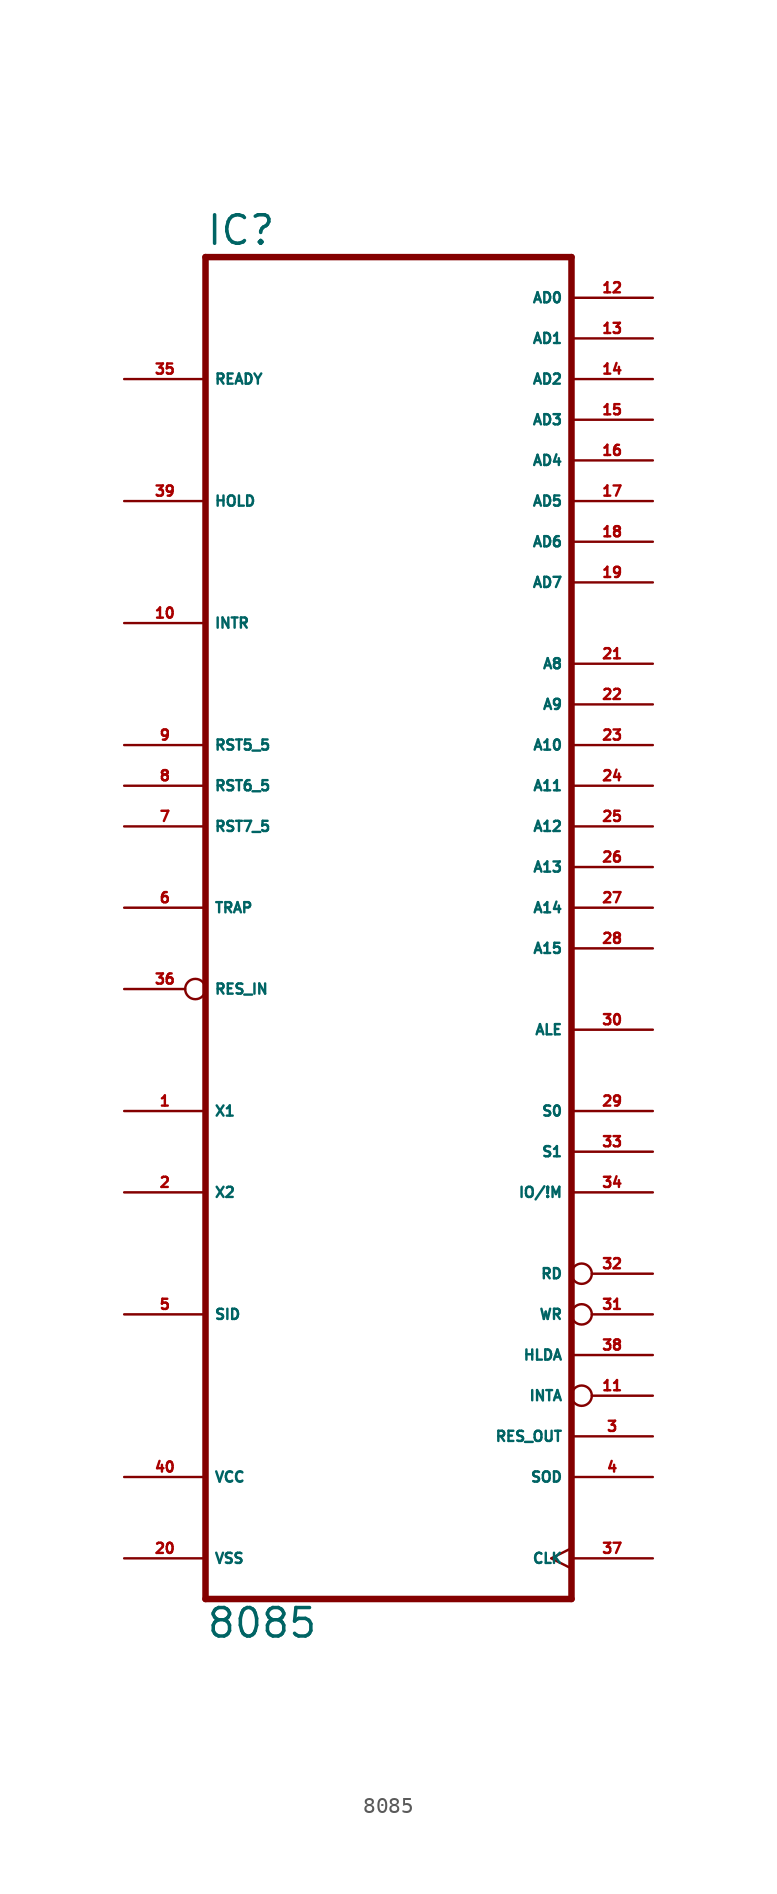
<source format=kicad_sym>
(kicad_symbol_lib
  (version 20220914)
  (generator Eagle2Kicad)
  (symbol "8085"
    (property "Reference" "IC"
      (at -12.7 41.275 0)
      (effects (font (size 1.778 1.778) (thickness 0.22)) (justify left bottom)))
    (property "Value" "8085"
      (at -12.7 -45.72 0)
      (effects (font (size 1.778 1.778) (thickness 0.22)) (justify left bottom)))
    (polyline
      (pts (xy -12.7 -43.18) (xy 10.16 -43.18))
      (stroke (width 0.406) (type default))
      (fill (type none)))
    (polyline
      (pts (xy 10.16 40.64) (xy 10.16 -43.18))
      (stroke (width 0.406) (type default))
      (fill (type none)))
    (polyline
      (pts (xy 10.16 40.64) (xy -12.7 40.64))
      (stroke (width 0.406) (type default))
      (fill (type none)))
    (polyline
      (pts (xy -12.7 -43.18) (xy -12.7 40.64))
      (stroke (width 0.406) (type default))
      (fill (type none)))
    (pin bidirectional line
      (at 15.24 38.1 180)
      (length 5.08)
      (name "AD0" (effects (font (size 0.635 0.635) (thickness 0.08)) (justify left bottom)))
      (number "12" (effects (font (size 0.635 0.635) (thickness 0.08)) (justify left bottom))))
    (pin bidirectional line
      (at 15.24 35.56 180)
      (length 5.08)
      (name "AD1" (effects (font (size 0.635 0.635) (thickness 0.08)) (justify left bottom)))
      (number "13" (effects (font (size 0.635 0.635) (thickness 0.08)) (justify left bottom))))
    (pin bidirectional line
      (at 15.24 33.02 180)
      (length 5.08)
      (name "AD2" (effects (font (size 0.635 0.635) (thickness 0.08)) (justify left bottom)))
      (number "14" (effects (font (size 0.635 0.635) (thickness 0.08)) (justify left bottom))))
    (pin bidirectional line
      (at 15.24 30.48 180)
      (length 5.08)
      (name "AD3" (effects (font (size 0.635 0.635) (thickness 0.08)) (justify left bottom)))
      (number "15" (effects (font (size 0.635 0.635) (thickness 0.08)) (justify left bottom))))
    (pin bidirectional line
      (at 15.24 27.94 180)
      (length 5.08)
      (name "AD4" (effects (font (size 0.635 0.635) (thickness 0.08)) (justify left bottom)))
      (number "16" (effects (font (size 0.635 0.635) (thickness 0.08)) (justify left bottom))))
    (pin bidirectional line
      (at 15.24 25.4 180)
      (length 5.08)
      (name "AD5" (effects (font (size 0.635 0.635) (thickness 0.08)) (justify left bottom)))
      (number "17" (effects (font (size 0.635 0.635) (thickness 0.08)) (justify left bottom))))
    (pin bidirectional line
      (at 15.24 22.86 180)
      (length 5.08)
      (name "AD6" (effects (font (size 0.635 0.635) (thickness 0.08)) (justify left bottom)))
      (number "18" (effects (font (size 0.635 0.635) (thickness 0.08)) (justify left bottom))))
    (pin bidirectional line
      (at 15.24 20.32 180)
      (length 5.08)
      (name "AD7" (effects (font (size 0.635 0.635) (thickness 0.08)) (justify left bottom)))
      (number "19" (effects (font (size 0.635 0.635) (thickness 0.08)) (justify left bottom))))
    (pin output line
      (at 15.24 15.24 180)
      (length 5.08)
      (name "A8" (effects (font (size 0.635 0.635) (thickness 0.08)) (justify left bottom)))
      (number "21" (effects (font (size 0.635 0.635) (thickness 0.08)) (justify left bottom))))
    (pin output line
      (at 15.24 12.7 180)
      (length 5.08)
      (name "A9" (effects (font (size 0.635 0.635) (thickness 0.08)) (justify left bottom)))
      (number "22" (effects (font (size 0.635 0.635) (thickness 0.08)) (justify left bottom))))
    (pin output line
      (at 15.24 10.16 180)
      (length 5.08)
      (name "A10" (effects (font (size 0.635 0.635) (thickness 0.08)) (justify left bottom)))
      (number "23" (effects (font (size 0.635 0.635) (thickness 0.08)) (justify left bottom))))
    (pin output line
      (at 15.24 7.62 180)
      (length 5.08)
      (name "A11" (effects (font (size 0.635 0.635) (thickness 0.08)) (justify left bottom)))
      (number "24" (effects (font (size 0.635 0.635) (thickness 0.08)) (justify left bottom))))
    (pin output line
      (at 15.24 5.08 180)
      (length 5.08)
      (name "A12" (effects (font (size 0.635 0.635) (thickness 0.08)) (justify left bottom)))
      (number "25" (effects (font (size 0.635 0.635) (thickness 0.08)) (justify left bottom))))
    (pin output line
      (at 15.24 2.54 180)
      (length 5.08)
      (name "A13" (effects (font (size 0.635 0.635) (thickness 0.08)) (justify left bottom)))
      (number "26" (effects (font (size 0.635 0.635) (thickness 0.08)) (justify left bottom))))
    (pin output line
      (at 15.24 0 180)
      (length 5.08)
      (name "A14" (effects (font (size 0.635 0.635) (thickness 0.08)) (justify left bottom)))
      (number "27" (effects (font (size 0.635 0.635) (thickness 0.08)) (justify left bottom))))
    (pin output line
      (at 15.24 -2.54 180)
      (length 5.08)
      (name "A15" (effects (font (size 0.635 0.635) (thickness 0.08)) (justify left bottom)))
      (number "28" (effects (font (size 0.635 0.635) (thickness 0.08)) (justify left bottom))))
    (pin output line
      (at 15.24 -7.62 180)
      (length 5.08)
      (name "ALE" (effects (font (size 0.635 0.635) (thickness 0.08)) (justify left bottom)))
      (number "30" (effects (font (size 0.635 0.635) (thickness 0.08)) (justify left bottom))))
    (pin output line
      (at 15.24 -12.7 180)
      (length 5.08)
      (name "S0" (effects (font (size 0.635 0.635) (thickness 0.08)) (justify left bottom)))
      (number "29" (effects (font (size 0.635 0.635) (thickness 0.08)) (justify left bottom))))
    (pin output line
      (at 15.24 -15.24 180)
      (length 5.08)
      (name "S1" (effects (font (size 0.635 0.635) (thickness 0.08)) (justify left bottom)))
      (number "33" (effects (font (size 0.635 0.635) (thickness 0.08)) (justify left bottom))))
    (pin output line
      (at 15.24 -17.78 180)
      (length 5.08)
      (name "IO/!M" (effects (font (size 0.635 0.635) (thickness 0.08)) (justify left bottom)))
      (number "34" (effects (font (size 0.635 0.635) (thickness 0.08)) (justify left bottom))))
    (pin output inverted
      (at 15.24 -22.86 180)
      (length 5.08)
      (name "RD" (effects (font (size 0.635 0.635) (thickness 0.08)) (justify left bottom)))
      (number "32" (effects (font (size 0.635 0.635) (thickness 0.08)) (justify left bottom))))
    (pin output inverted
      (at 15.24 -25.4 180)
      (length 5.08)
      (name "WR" (effects (font (size 0.635 0.635) (thickness 0.08)) (justify left bottom)))
      (number "31" (effects (font (size 0.635 0.635) (thickness 0.08)) (justify left bottom))))
    (pin output line
      (at 15.24 -27.94 180)
      (length 5.08)
      (name "HLDA" (effects (font (size 0.635 0.635) (thickness 0.08)) (justify left bottom)))
      (number "38" (effects (font (size 0.635 0.635) (thickness 0.08)) (justify left bottom))))
    (pin output inverted
      (at 15.24 -30.48 180)
      (length 5.08)
      (name "INTA" (effects (font (size 0.635 0.635) (thickness 0.08)) (justify left bottom)))
      (number "11" (effects (font (size 0.635 0.635) (thickness 0.08)) (justify left bottom))))
    (pin output line
      (at 15.24 -33.02 180)
      (length 5.08)
      (name "RES_OUT" (effects (font (size 0.635 0.635) (thickness 0.08)) (justify left bottom)))
      (number "3" (effects (font (size 0.635 0.635) (thickness 0.08)) (justify left bottom))))
    (pin output clock
      (at 15.24 -40.64 180)
      (length 5.08)
      (name "CLK" (effects (font (size 0.635 0.635) (thickness 0.08)) (justify left bottom)))
      (number "37" (effects (font (size 0.635 0.635) (thickness 0.08)) (justify left bottom))))
    (pin input line
      (at -17.78 33.02 0)
      (length 5.08)
      (name "READY" (effects (font (size 0.635 0.635) (thickness 0.08)) (justify left bottom)))
      (number "35" (effects (font (size 0.635 0.635) (thickness 0.08)) (justify left bottom))))
    (pin input line
      (at -17.78 25.4 0)
      (length 5.08)
      (name "HOLD" (effects (font (size 0.635 0.635) (thickness 0.08)) (justify left bottom)))
      (number "39" (effects (font (size 0.635 0.635) (thickness 0.08)) (justify left bottom))))
    (pin input line
      (at -17.78 17.78 0)
      (length 5.08)
      (name "INTR" (effects (font (size 0.635 0.635) (thickness 0.08)) (justify left bottom)))
      (number "10" (effects (font (size 0.635 0.635) (thickness 0.08)) (justify left bottom))))
    (pin output line
      (at 15.24 -35.56 180)
      (length 5.08)
      (name "SOD" (effects (font (size 0.635 0.635) (thickness 0.08)) (justify left bottom)))
      (number "4" (effects (font (size 0.635 0.635) (thickness 0.08)) (justify left bottom))))
    (pin input line
      (at -17.78 10.16 0)
      (length 5.08)
      (name "RST5_5" (effects (font (size 0.635 0.635) (thickness 0.08)) (justify left bottom)))
      (number "9" (effects (font (size 0.635 0.635) (thickness 0.08)) (justify left bottom))))
    (pin input line
      (at -17.78 7.62 0)
      (length 5.08)
      (name "RST6_5" (effects (font (size 0.635 0.635) (thickness 0.08)) (justify left bottom)))
      (number "8" (effects (font (size 0.635 0.635) (thickness 0.08)) (justify left bottom))))
    (pin input line
      (at -17.78 5.08 0)
      (length 5.08)
      (name "RST7_5" (effects (font (size 0.635 0.635) (thickness 0.08)) (justify left bottom)))
      (number "7" (effects (font (size 0.635 0.635) (thickness 0.08)) (justify left bottom))))
    (pin input line
      (at -17.78 0 0)
      (length 5.08)
      (name "TRAP" (effects (font (size 0.635 0.635) (thickness 0.08)) (justify left bottom)))
      (number "6" (effects (font (size 0.635 0.635) (thickness 0.08)) (justify left bottom))))
    (pin input inverted
      (at -17.78 -5.08 0)
      (length 5.08)
      (name "RES_IN" (effects (font (size 0.635 0.635) (thickness 0.08)) (justify left bottom)))
      (number "36" (effects (font (size 0.635 0.635) (thickness 0.08)) (justify left bottom))))
    (pin input line
      (at -17.78 -12.7 0)
      (length 5.08)
      (name "X1" (effects (font (size 0.635 0.635) (thickness 0.08)) (justify left bottom)))
      (number "1" (effects (font (size 0.635 0.635) (thickness 0.08)) (justify left bottom))))
    (pin input line
      (at -17.78 -17.78 0)
      (length 5.08)
      (name "X2" (effects (font (size 0.635 0.635) (thickness 0.08)) (justify left bottom)))
      (number "2" (effects (font (size 0.635 0.635) (thickness 0.08)) (justify left bottom))))
    (pin input line
      (at -17.78 -25.4 0)
      (length 5.08)
      (name "SID" (effects (font (size 0.635 0.635) (thickness 0.08)) (justify left bottom)))
      (number "5" (effects (font (size 0.635 0.635) (thickness 0.08)) (justify left bottom))))
    (pin unspecified line
      (at -17.78 -35.56 0)
      (length 5.08)
      (name "VCC" (effects (font (size 0.635 0.635) (thickness 0.08)) (justify left bottom)))
      (number "40" (effects (font (size 0.635 0.635) (thickness 0.08)) (justify left bottom))))
    (pin unspecified line
      (at -17.78 -40.64 0)
      (length 5.08)
      (name "VSS" (effects (font (size 0.635 0.635) (thickness 0.08)) (justify left bottom)))
      (number "20" (effects (font (size 0.635 0.635) (thickness 0.08)) (justify left bottom))))))
</source>
